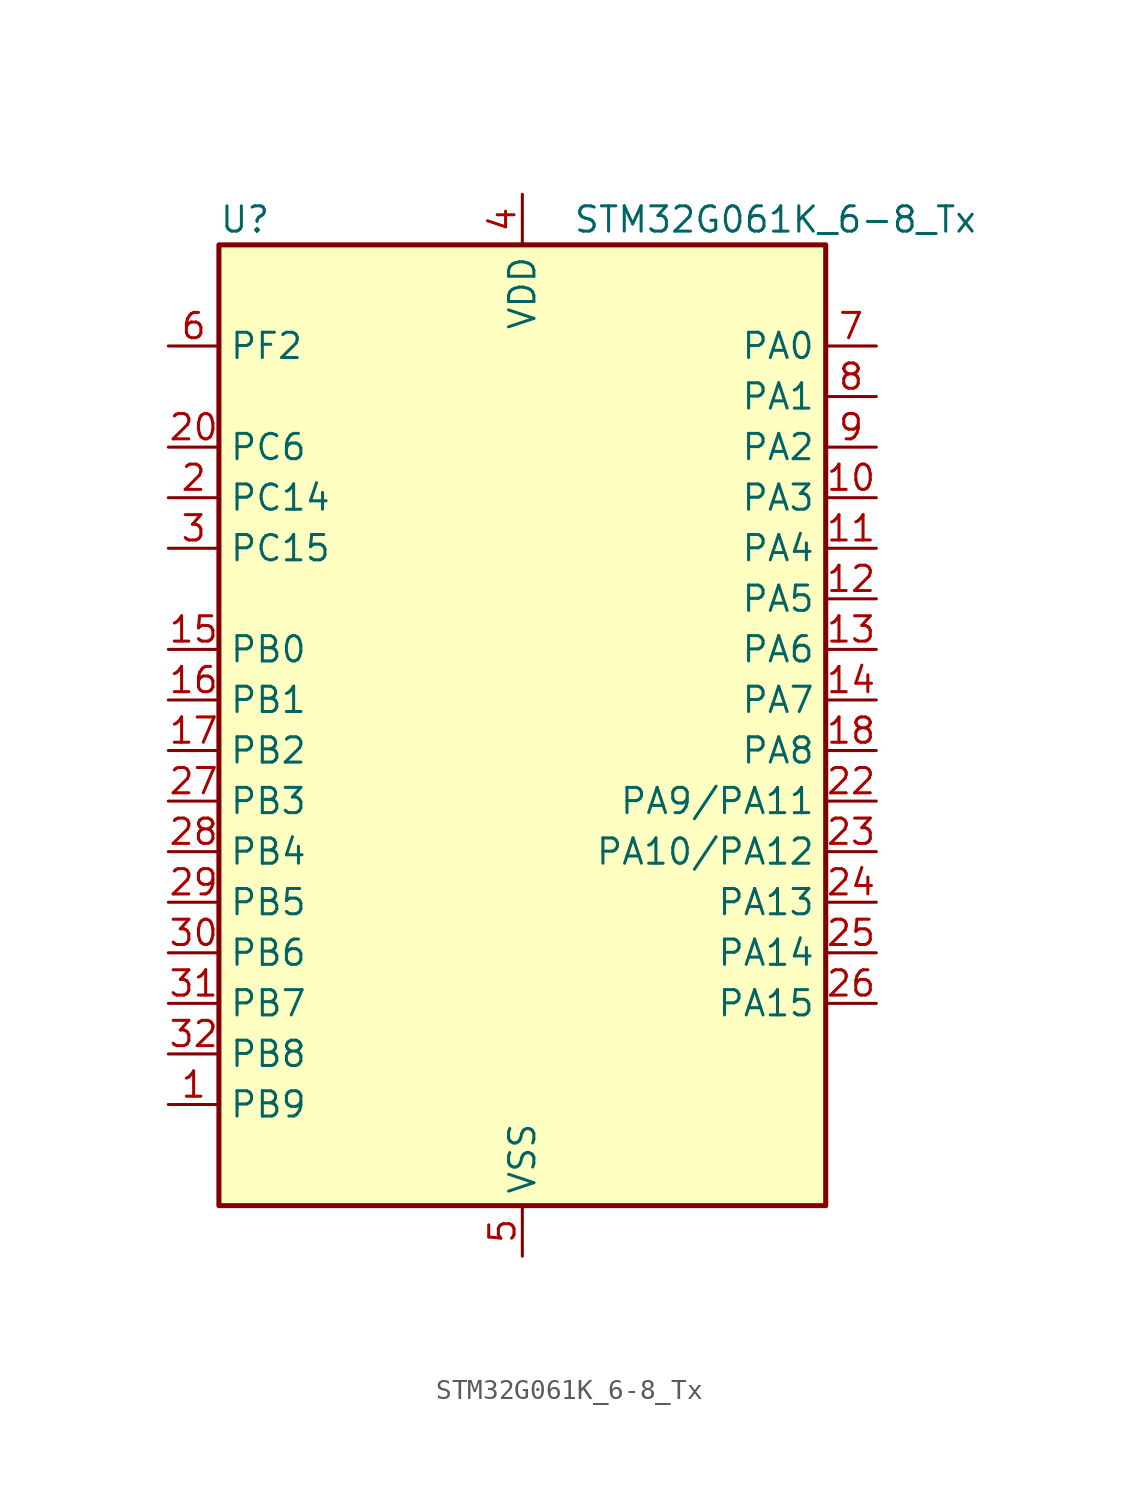
<source format=kicad_sym>
(kicad_symbol_lib
  (version 20231120)
  (generator "kicad-library-utils")
  (generator_version "8.0")
  (symbol "STM32G061K_6-8_Tx"
    (property "Reference" "U"
      (at -15.24 26.67 0)
      (effects (font (size 1.27 1.27)) (justify left)))
    (property "Value" "STM32G061K_6-8_Tx"
      (at 2.54 26.67 0)
      (effects (font (size 1.27 1.27)) (justify left)))
    (symbol "STM32G061K_6-8_Tx_0_1"
      (rectangle (start -15.24 -22.86) (end 15.24 25.4) (stroke (width 0.254) (type default)) (fill (type background))))
    (symbol "STM32G061K_6-8_Tx_1_1"
      (pin bidirectional line (at -17.78 -17.78 0) (length 2.54) (name "PB9" (effects (font (size 1.27 1.27)))) (number "1" (effects (font (size 1.27 1.27)))) (alternate "DAC1_EXTI9" bidirectional line) (alternate "I2C1_SDA" bidirectional line) (alternate "IR_OUT" bidirectional line) (alternate "SPI2_NSS" bidirectional line) (alternate "TIM17_CH1" bidirectional line))
      (pin bidirectional line (at 17.78 12.7 180) (length 2.54) (name "PA3" (effects (font (size 1.27 1.27)))) (number "10" (effects (font (size 1.27 1.27)))) (alternate "ADC1_IN3" bidirectional line) (alternate "COMP2_INP" bidirectional line) (alternate "LPUART1_RX" bidirectional line) (alternate "SPI2_MISO" bidirectional line) (alternate "TIM15_CH2" bidirectional line) (alternate "TIM2_CH4" bidirectional line) (alternate "USART2_RX" bidirectional line))
      (pin bidirectional line (at 17.78 10.16 180) (length 2.54) (name "PA4" (effects (font (size 1.27 1.27)))) (number "11" (effects (font (size 1.27 1.27)))) (alternate "ADC1_IN4" bidirectional line) (alternate "DAC1_OUT1" bidirectional line) (alternate "I2S1_WS" bidirectional line) (alternate "LPTIM2_OUT" bidirectional line) (alternate "RTC_OUT1" bidirectional line) (alternate "RTC_TAMP_IN1" bidirectional line) (alternate "RTC_TS" bidirectional line) (alternate "SPI1_NSS" bidirectional line) (alternate "SPI2_MOSI" bidirectional line) (alternate "SYS_WKUP2" bidirectional line) (alternate "TIM14_CH1" bidirectional line))
      (pin bidirectional line (at 17.78 7.62 180) (length 2.54) (name "PA5" (effects (font (size 1.27 1.27)))) (number "12" (effects (font (size 1.27 1.27)))) (alternate "ADC1_IN5" bidirectional line) (alternate "DAC1_OUT2" bidirectional line) (alternate "I2S1_CK" bidirectional line) (alternate "LPTIM2_ETR" bidirectional line) (alternate "SPI1_SCK" bidirectional line) (alternate "TIM2_CH1" bidirectional line) (alternate "TIM2_ETR" bidirectional line))
      (pin bidirectional line (at 17.78 5.08 180) (length 2.54) (name "PA6" (effects (font (size 1.27 1.27)))) (number "13" (effects (font (size 1.27 1.27)))) (alternate "ADC1_IN6" bidirectional line) (alternate "COMP1_OUT" bidirectional line) (alternate "I2S1_MCK" bidirectional line) (alternate "LPUART1_CTS" bidirectional line) (alternate "SPI1_MISO" bidirectional line) (alternate "TIM16_CH1" bidirectional line) (alternate "TIM1_BK" bidirectional line) (alternate "TIM3_CH1" bidirectional line))
      (pin bidirectional line (at 17.78 2.54 180) (length 2.54) (name "PA7" (effects (font (size 1.27 1.27)))) (number "14" (effects (font (size 1.27 1.27)))) (alternate "ADC1_IN7" bidirectional line) (alternate "COMP2_OUT" bidirectional line) (alternate "I2S1_SD" bidirectional line) (alternate "SPI1_MOSI" bidirectional line) (alternate "TIM14_CH1" bidirectional line) (alternate "TIM17_CH1" bidirectional line) (alternate "TIM1_CH1N" bidirectional line) (alternate "TIM3_CH2" bidirectional line))
      (pin bidirectional line (at -17.78 5.08 0) (length 2.54) (name "PB0" (effects (font (size 1.27 1.27)))) (number "15" (effects (font (size 1.27 1.27)))) (alternate "ADC1_IN8" bidirectional line) (alternate "COMP1_OUT" bidirectional line) (alternate "I2S1_WS" bidirectional line) (alternate "LPTIM1_OUT" bidirectional line) (alternate "SPI1_NSS" bidirectional line) (alternate "TIM1_CH2N" bidirectional line) (alternate "TIM3_CH3" bidirectional line))
      (pin bidirectional line (at -17.78 2.54 0) (length 2.54) (name "PB1" (effects (font (size 1.27 1.27)))) (number "16" (effects (font (size 1.27 1.27)))) (alternate "ADC1_IN9" bidirectional line) (alternate "COMP1_INM" bidirectional line) (alternate "LPTIM2_IN1" bidirectional line) (alternate "LPUART1_DE" bidirectional line) (alternate "LPUART1_RTS" bidirectional line) (alternate "TIM14_CH1" bidirectional line) (alternate "TIM1_CH3N" bidirectional line) (alternate "TIM3_CH4" bidirectional line))
      (pin bidirectional line (at -17.78 0 0) (length 2.54) (name "PB2" (effects (font (size 1.27 1.27)))) (number "17" (effects (font (size 1.27 1.27)))) (alternate "ADC1_IN10" bidirectional line) (alternate "COMP1_INP" bidirectional line) (alternate "LPTIM1_OUT" bidirectional line) (alternate "SPI2_MISO" bidirectional line))
      (pin bidirectional line (at 17.78 0 180) (length 2.54) (name "PA8" (effects (font (size 1.27 1.27)))) (number "18" (effects (font (size 1.27 1.27)))) (alternate "LPTIM2_OUT" bidirectional line) (alternate "RCC_MCO" bidirectional line) (alternate "SPI2_NSS" bidirectional line) (alternate "TIM1_CH1" bidirectional line))
      (pin no_connect line (at -15.24 -22.86 0) (length 2.54) hide (name "NC/PA9" (effects (font (size 1.27 1.27)))) (number "19" (effects (font (size 1.27 1.27)))) (alternate "NC" bidirectional line) (alternate "PA9" bidirectional line) (alternate "DAC1_EXTI9 (PA9)" bidirectional line) (alternate "I2C1_SCL (PA9)" bidirectional line) (alternate "RCC_MCO (PA9)" bidirectional line) (alternate "SPI2_MISO (PA9)" bidirectional line) (alternate "TIM15_BK (PA9)" bidirectional line) (alternate "TIM1_CH2 (PA9)" bidirectional line) (alternate "USART1_TX (PA9)" bidirectional line))
      (pin bidirectional line (at -17.78 12.7 0) (length 2.54) (name "PC14" (effects (font (size 1.27 1.27)))) (number "2" (effects (font (size 1.27 1.27)))) (alternate "RCC_OSC32_IN" bidirectional line) (alternate "RCC_OSC_IN" bidirectional line) (alternate "TIM1_BK2" bidirectional line))
      (pin bidirectional line (at -17.78 15.24 0) (length 2.54) (name "PC6" (effects (font (size 1.27 1.27)))) (number "20" (effects (font (size 1.27 1.27)))) (alternate "TIM2_CH3" bidirectional line) (alternate "TIM3_CH1" bidirectional line))
      (pin no_connect line (at -15.24 -20.32 0) (length 2.54) hide (name "NC/PA10" (effects (font (size 1.27 1.27)))) (number "21" (effects (font (size 1.27 1.27)))) (alternate "NC" bidirectional line) (alternate "PA10" bidirectional line) (alternate "I2C1_SDA (PA10)" bidirectional line) (alternate "SPI2_MOSI (PA10)" bidirectional line) (alternate "TIM17_BK (PA10)" bidirectional line) (alternate "TIM1_CH3 (PA10)" bidirectional line) (alternate "USART1_RX (PA10)" bidirectional line))
      (pin bidirectional line (at 17.78 -2.54 180) (length 2.54) (name "PA9/PA11" (effects (font (size 1.27 1.27)))) (number "22" (effects (font (size 1.27 1.27)))) (alternate "PA9" bidirectional line) (alternate "DAC1_EXTI9 (PA9)" bidirectional line) (alternate "I2C1_SCL (PA9)" bidirectional line) (alternate "RCC_MCO (PA9)" bidirectional line) (alternate "SPI2_MISO (PA9)" bidirectional line) (alternate "TIM15_BK (PA9)" bidirectional line) (alternate "TIM1_CH2 (PA9)" bidirectional line) (alternate "USART1_TX (PA9)" bidirectional line) (alternate "PA11" bidirectional line) (alternate "ADC1_EXTI11 (PA11)" bidirectional line) (alternate "ADC1_IN15 (PA11)" bidirectional line) (alternate "COMP1_OUT (PA11)" bidirectional line) (alternate "I2C2_SCL (PA11)" bidirectional line) (alternate "I2S1_MCK (PA11)" bidirectional line) (alternate "SPI1_MISO (PA11)" bidirectional line) (alternate "TIM1_BK2 (PA11)" bidirectional line) (alternate "TIM1_CH4 (PA11)" bidirectional line) (alternate "USART1_CTS (PA11)" bidirectional line) (alternate "USART1_NSS (PA11)" bidirectional line))
      (pin bidirectional line (at 17.78 -5.08 180) (length 2.54) (name "PA10/PA12" (effects (font (size 1.27 1.27)))) (number "23" (effects (font (size 1.27 1.27)))) (alternate "PA10" bidirectional line) (alternate "I2C1_SDA (PA10)" bidirectional line) (alternate "SPI2_MOSI (PA10)" bidirectional line) (alternate "TIM17_BK (PA10)" bidirectional line) (alternate "TIM1_CH3 (PA10)" bidirectional line) (alternate "USART1_RX (PA10)" bidirectional line) (alternate "PA12" bidirectional line) (alternate "ADC1_IN16 (PA12)" bidirectional line) (alternate "COMP2_OUT (PA12)" bidirectional line) (alternate "I2C2_SDA (PA12)" bidirectional line) (alternate "I2S1_SD (PA12)" bidirectional line) (alternate "I2S_CKIN (PA12)" bidirectional line) (alternate "SPI1_MOSI (PA12)" bidirectional line) (alternate "TIM1_ETR (PA12)" bidirectional line) (alternate "USART1_CK (PA12)" bidirectional line) (alternate "USART1_DE (PA12)" bidirectional line) (alternate "USART1_RTS (PA12)" bidirectional line))
      (pin bidirectional line (at 17.78 -7.62 180) (length 2.54) (name "PA13" (effects (font (size 1.27 1.27)))) (number "24" (effects (font (size 1.27 1.27)))) (alternate "ADC1_IN17" bidirectional line) (alternate "IR_OUT" bidirectional line) (alternate "SYS_SWDIO" bidirectional line))
      (pin bidirectional line (at 17.78 -10.16 180) (length 2.54) (name "PA14" (effects (font (size 1.27 1.27)))) (number "25" (effects (font (size 1.27 1.27)))) (alternate "ADC1_IN18" bidirectional line) (alternate "SYS_SWCLK" bidirectional line) (alternate "USART2_TX" bidirectional line))
      (pin bidirectional line (at 17.78 -12.7 180) (length 2.54) (name "PA15" (effects (font (size 1.27 1.27)))) (number "26" (effects (font (size 1.27 1.27)))) (alternate "I2S1_WS" bidirectional line) (alternate "SPI1_NSS" bidirectional line) (alternate "TIM2_CH1" bidirectional line) (alternate "TIM2_ETR" bidirectional line) (alternate "USART2_RX" bidirectional line))
      (pin bidirectional line (at -17.78 -2.54 0) (length 2.54) (name "PB3" (effects (font (size 1.27 1.27)))) (number "27" (effects (font (size 1.27 1.27)))) (alternate "COMP2_INM" bidirectional line) (alternate "I2S1_CK" bidirectional line) (alternate "SPI1_SCK" bidirectional line) (alternate "TIM1_CH2" bidirectional line) (alternate "TIM2_CH2" bidirectional line) (alternate "USART1_CK" bidirectional line) (alternate "USART1_DE" bidirectional line) (alternate "USART1_RTS" bidirectional line))
      (pin bidirectional line (at -17.78 -5.08 0) (length 2.54) (name "PB4" (effects (font (size 1.27 1.27)))) (number "28" (effects (font (size 1.27 1.27)))) (alternate "COMP2_INP" bidirectional line) (alternate "I2S1_MCK" bidirectional line) (alternate "SPI1_MISO" bidirectional line) (alternate "TIM17_BK" bidirectional line) (alternate "TIM3_CH1" bidirectional line) (alternate "USART1_CTS" bidirectional line) (alternate "USART1_NSS" bidirectional line))
      (pin bidirectional line (at -17.78 -7.62 0) (length 2.54) (name "PB5" (effects (font (size 1.27 1.27)))) (number "29" (effects (font (size 1.27 1.27)))) (alternate "COMP2_OUT" bidirectional line) (alternate "I2C1_SMBA" bidirectional line) (alternate "I2S1_SD" bidirectional line) (alternate "LPTIM1_IN1" bidirectional line) (alternate "SPI1_MOSI" bidirectional line) (alternate "SYS_WKUP6" bidirectional line) (alternate "TIM16_BK" bidirectional line) (alternate "TIM3_CH2" bidirectional line))
      (pin bidirectional line (at -17.78 10.16 0) (length 2.54) (name "PC15" (effects (font (size 1.27 1.27)))) (number "3" (effects (font (size 1.27 1.27)))) (alternate "RCC_OSC32_EN" bidirectional line) (alternate "RCC_OSC32_OUT" bidirectional line) (alternate "RCC_OSC_EN" bidirectional line) (alternate "TIM15_BK" bidirectional line))
      (pin bidirectional line (at -17.78 -10.16 0) (length 2.54) (name "PB6" (effects (font (size 1.27 1.27)))) (number "30" (effects (font (size 1.27 1.27)))) (alternate "COMP2_INP" bidirectional line) (alternate "I2C1_SCL" bidirectional line) (alternate "LPTIM1_ETR" bidirectional line) (alternate "SPI2_MISO" bidirectional line) (alternate "TIM16_CH1N" bidirectional line) (alternate "TIM1_CH3" bidirectional line) (alternate "USART1_TX" bidirectional line))
      (pin bidirectional line (at -17.78 -12.7 0) (length 2.54) (name "PB7" (effects (font (size 1.27 1.27)))) (number "31" (effects (font (size 1.27 1.27)))) (alternate "ADC1_IN11" bidirectional line) (alternate "COMP2_INM" bidirectional line) (alternate "I2C1_SDA" bidirectional line) (alternate "LPTIM1_IN2" bidirectional line) (alternate "SPI2_MOSI" bidirectional line) (alternate "SYS_PVD_IN" bidirectional line) (alternate "TIM17_CH1N" bidirectional line) (alternate "USART1_RX" bidirectional line))
      (pin bidirectional line (at -17.78 -15.24 0) (length 2.54) (name "PB8" (effects (font (size 1.27 1.27)))) (number "32" (effects (font (size 1.27 1.27)))) (alternate "I2C1_SCL" bidirectional line) (alternate "SPI2_SCK" bidirectional line) (alternate "TIM15_BK" bidirectional line) (alternate "TIM16_CH1" bidirectional line))
      (pin power_in line (at 0 27.94 270) (length 2.54) (name "VDD" (effects (font (size 1.27 1.27)))) (number "4" (effects (font (size 1.27 1.27)))))
      (pin power_in line (at 0 -25.4 90) (length 2.54) (name "VSS" (effects (font (size 1.27 1.27)))) (number "5" (effects (font (size 1.27 1.27)))))
      (pin bidirectional line (at -17.78 20.32 0) (length 2.54) (name "PF2" (effects (font (size 1.27 1.27)))) (number "6" (effects (font (size 1.27 1.27)))) (alternate "RCC_MCO" bidirectional line))
      (pin bidirectional line (at 17.78 20.32 180) (length 2.54) (name "PA0" (effects (font (size 1.27 1.27)))) (number "7" (effects (font (size 1.27 1.27)))) (alternate "ADC1_IN0" bidirectional line) (alternate "COMP1_INM" bidirectional line) (alternate "COMP1_OUT" bidirectional line) (alternate "LPTIM1_OUT" bidirectional line) (alternate "RTC_TAMP_IN2" bidirectional line) (alternate "SPI2_SCK" bidirectional line) (alternate "SYS_WKUP1" bidirectional line) (alternate "TIM2_CH1" bidirectional line) (alternate "TIM2_ETR" bidirectional line) (alternate "USART2_CTS" bidirectional line) (alternate "USART2_NSS" bidirectional line))
      (pin bidirectional line (at 17.78 17.78 180) (length 2.54) (name "PA1" (effects (font (size 1.27 1.27)))) (number "8" (effects (font (size 1.27 1.27)))) (alternate "ADC1_IN1" bidirectional line) (alternate "COMP1_INP" bidirectional line) (alternate "I2C1_SMBA" bidirectional line) (alternate "I2S1_CK" bidirectional line) (alternate "SPI1_SCK" bidirectional line) (alternate "TIM15_CH1N" bidirectional line) (alternate "TIM2_CH2" bidirectional line) (alternate "USART2_CK" bidirectional line) (alternate "USART2_DE" bidirectional line) (alternate "USART2_RTS" bidirectional line))
      (pin bidirectional line (at 17.78 15.24 180) (length 2.54) (name "PA2" (effects (font (size 1.27 1.27)))) (number "9" (effects (font (size 1.27 1.27)))) (alternate "ADC1_IN2" bidirectional line) (alternate "COMP2_INM" bidirectional line) (alternate "COMP2_OUT" bidirectional line) (alternate "I2S1_SD" bidirectional line) (alternate "LPUART1_TX" bidirectional line) (alternate "RCC_LSCO" bidirectional line) (alternate "SPI1_MOSI" bidirectional line) (alternate "SYS_WKUP4" bidirectional line) (alternate "TIM15_CH1" bidirectional line) (alternate "TIM2_CH3" bidirectional line) (alternate "USART2_TX" bidirectional line)))))
</source>
